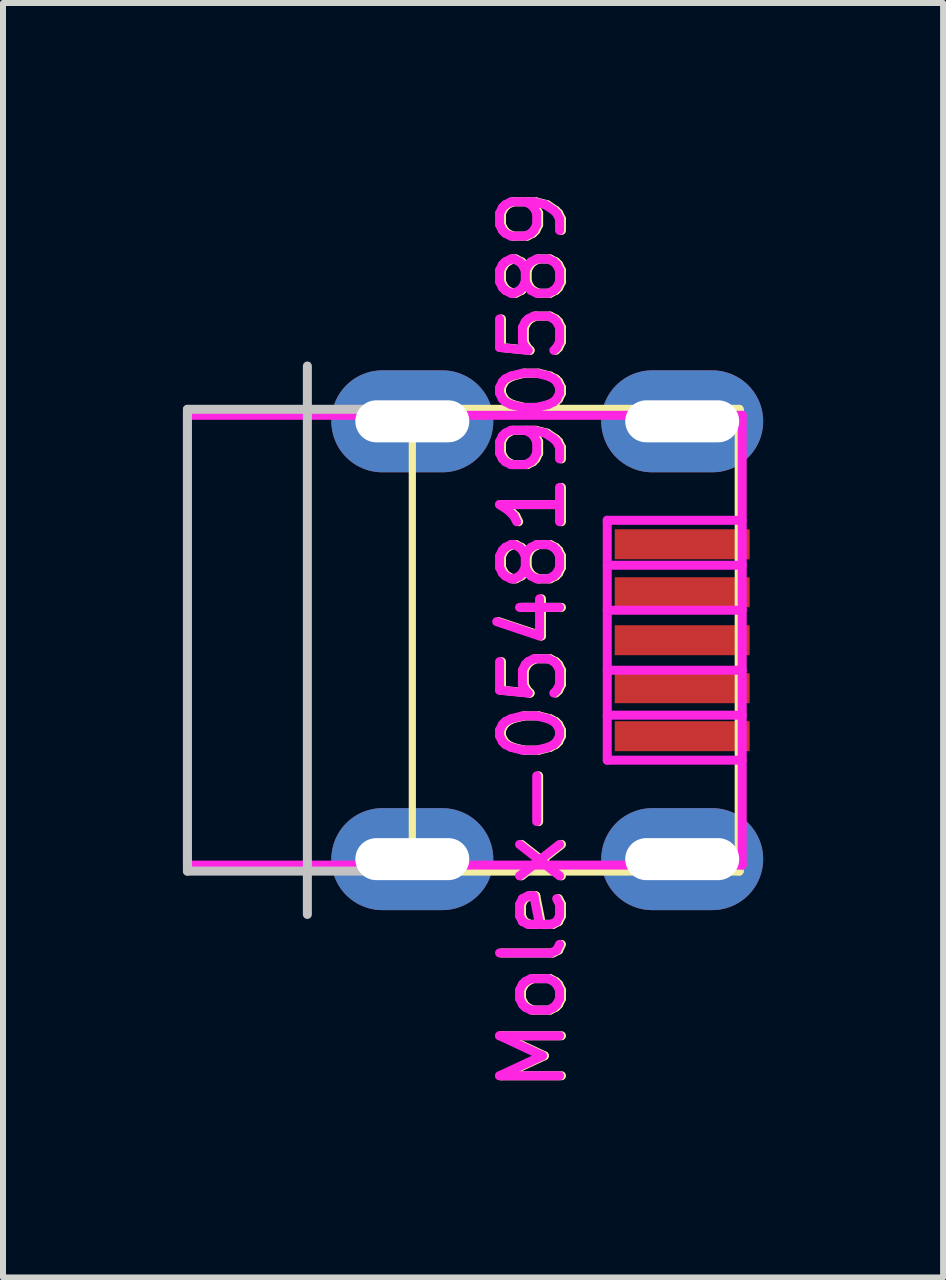
<source format=kicad_pcb>
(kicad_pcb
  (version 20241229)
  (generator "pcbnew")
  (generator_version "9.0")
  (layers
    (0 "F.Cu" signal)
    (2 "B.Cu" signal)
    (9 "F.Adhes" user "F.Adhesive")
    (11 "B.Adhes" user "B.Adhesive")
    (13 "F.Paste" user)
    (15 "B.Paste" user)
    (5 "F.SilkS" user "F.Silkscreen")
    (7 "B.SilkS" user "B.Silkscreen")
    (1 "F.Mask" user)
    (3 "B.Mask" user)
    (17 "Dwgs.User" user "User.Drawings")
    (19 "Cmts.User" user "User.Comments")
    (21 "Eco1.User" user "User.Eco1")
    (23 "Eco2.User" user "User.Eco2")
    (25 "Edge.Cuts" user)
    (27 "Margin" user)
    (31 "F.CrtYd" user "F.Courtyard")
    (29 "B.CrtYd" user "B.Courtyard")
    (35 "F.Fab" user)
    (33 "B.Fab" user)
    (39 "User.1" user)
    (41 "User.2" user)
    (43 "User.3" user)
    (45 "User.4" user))
  (footprint "Molex-0548190589"
    (layer "F.Cu")
    (at 3.825 7.625)
    (property "Reference" "Molex-0548190589" (at 2.032 0 90) (layer "F.SilkS") (effects (font (size 1 1) (thickness 0.15))))
    (attr smd)
    (fp_line (start 0 -3.85) (end 0 3.85) (stroke (width 0.12) (type solid)) (layer "F.SilkS"))
    (fp_line (start 0 -3.85) (end 5.45 -3.85) (stroke (width 0.15) (type solid)) (layer "F.SilkS"))
    (fp_line (start 0 3.85) (end 5.45 3.85) (stroke (width 0.15) (type solid)) (layer "F.SilkS"))
    (fp_line (start 5.45 -3.85) (end 5.45 3.85) (stroke (width 0.15) (type solid)) (layer "F.SilkS"))
    (fp_line (start -3.75 -3.85) (end -3.75 3.85) (stroke (width 0.15) (type solid)) (layer "Dwgs.User"))
    (fp_line (start -3.75 -3.85) (end 0 -3.85) (stroke (width 0.15) (type solid)) (layer "Dwgs.User"))
    (fp_line (start -3.75 3.85) (end 0 3.85) (stroke (width 0.15) (type solid)) (layer "Dwgs.User"))
    (fp_line (start -1.75 -4.572) (end -1.75 4.572) (stroke (width 0.15) (type solid)) (layer "Dwgs.User"))
    (fp_line (start -3.75 -3.75) (end 5.5 -3.75) (stroke (width 0.15) (type solid)) (layer "F.CrtYd"))
    (fp_line (start -3.75 3.75) (end -3.75 -3.75) (stroke (width 0.15) (type solid)) (layer "F.CrtYd"))
    (fp_line (start 3.25 -2) (end 3.25 2) (stroke (width 0.15) (type solid)) (layer "F.CrtYd"))
    (fp_line (start 3.25 -1.25) (end 5.5 -1.25) (stroke (width 0.15) (type solid)) (layer "F.CrtYd"))
    (fp_line (start 3.25 0.5) (end 5.5 0.5) (stroke (width 0.15) (type solid)) (layer "F.CrtYd"))
    (fp_line (start 3.25 2) (end 5.5 2) (stroke (width 0.15) (type solid)) (layer "F.CrtYd"))
    (fp_line (start 5.5 -3.75) (end 5.5 3.75) (stroke (width 0.15) (type solid)) (layer "F.CrtYd"))
    (fp_line (start 5.5 -2) (end 3.25 -2) (stroke (width 0.15) (type solid)) (layer "F.CrtYd"))
    (fp_line (start 5.5 -0.5) (end 3.25 -0.5) (stroke (width 0.15) (type solid)) (layer "F.CrtYd"))
    (fp_line (start 5.5 1.25) (end 3.25 1.25) (stroke (width 0.15) (type solid)) (layer "F.CrtYd"))
    (fp_line (start 5.5 3.75) (end -3.75 3.75) (stroke (width 0.15) (type solid)) (layer "F.CrtYd"))
    (fp_text user "${REFERENCE}" (at 2 0 90) (layer "F.CrtYd") (effects (font (size 1 1) (thickness 0.15))))
    (pad "1" smd rect (at 4.5 1.6) (size 2.25 0.5) (layers "F.Cu" "F.Mask" "F.Paste"))
    (pad "2" smd rect (at 4.5 0.8) (size 2.25 0.5) (layers "F.Cu" "F.Mask" "F.Paste"))
    (pad "3" smd rect (at 4.5 0) (size 2.25 0.5) (layers "F.Cu" "F.Mask" "F.Paste"))
    (pad "4" smd rect (at 4.5 -0.8) (size 2.25 0.5) (layers "F.Cu" "F.Mask" "F.Paste"))
    (pad "5" smd rect (at 4.5 -1.6) (size 2.25 0.5) (layers "F.Cu" "F.Mask" "F.Paste"))
    (pad "6" thru_hole oval (at 0 -3.65) (size 2.7 1.7) (drill oval 1.9 0.7) (layers "*.Cu" "*.Mask"))
    (pad "6" thru_hole oval (at 0 3.65) (size 2.7 1.7) (drill oval 1.9 0.7) (layers "*.Cu" "*.Mask"))
    (pad "6" thru_hole oval (at 4.5 -3.65) (size 2.7 1.7) (drill oval 1.9 0.7) (layers "*.Cu" "*.Mask"))
    (pad "6" thru_hole oval (at 4.5 3.65) (size 2.7 1.7) (drill oval 1.9 0.7) (layers "*.Cu" "*.Mask")))
  (gr_rect
    (start -3 -3)
    (end 12.675 18.25)
    (stroke (width 0.1) (type default))
    (fill no)
    (layer "Edge.Cuts")))
</source>
